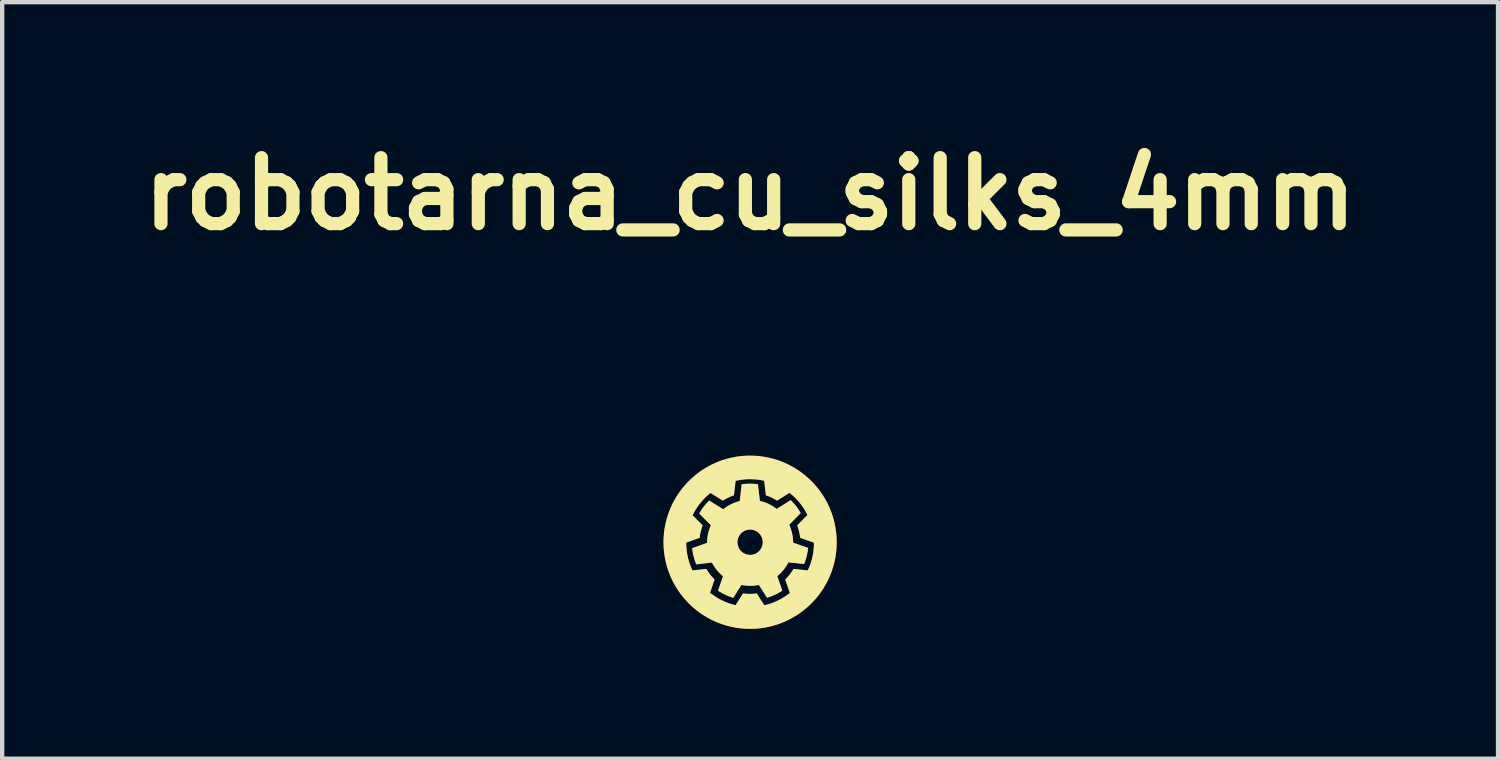
<source format=kicad_pcb>
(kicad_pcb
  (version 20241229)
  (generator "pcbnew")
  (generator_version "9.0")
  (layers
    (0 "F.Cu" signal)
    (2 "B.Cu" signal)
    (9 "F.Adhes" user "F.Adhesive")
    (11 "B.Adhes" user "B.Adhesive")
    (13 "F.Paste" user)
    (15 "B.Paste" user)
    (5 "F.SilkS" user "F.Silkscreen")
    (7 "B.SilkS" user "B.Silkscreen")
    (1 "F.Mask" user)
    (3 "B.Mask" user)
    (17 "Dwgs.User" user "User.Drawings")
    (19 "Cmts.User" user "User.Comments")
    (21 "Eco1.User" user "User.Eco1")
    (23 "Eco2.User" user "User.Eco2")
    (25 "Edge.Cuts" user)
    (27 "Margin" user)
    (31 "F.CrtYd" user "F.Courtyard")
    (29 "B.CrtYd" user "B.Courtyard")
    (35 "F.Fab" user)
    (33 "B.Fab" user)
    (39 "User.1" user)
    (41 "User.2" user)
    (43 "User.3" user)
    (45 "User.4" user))
  (footprint "robotarna_cu_silks_4mm"
    (layer "F.Cu")
    (at 14.275 9.474)
    (property "Reference" "robotarna_cu_silks_4mm" (at 0 -8.048 0) (layer "F.SilkS") (effects (font (size 1.524 1.524) (thickness 0.305))))
    (attr smd)
    (fp_poly (pts (xy -0.000003 0.292) (xy -1.322 0.245) (xy -1.318 0.267) (xy -1.314 0.288) (xy -1.309 0.309) (xy -1.304 0.329) (xy -1.298 0.35) (xy -1.293 0.371) (xy -1.286 0.391) (xy -1.28 0.411) (xy -1.273 0.432) (xy -1.266 0.452) (xy -1.259 0.471) (xy -1.251 0.491) (xy -1.243 0.511) (xy -0.882 0.47) (xy -0.872 0.489) (xy -0.861 0.508) (xy -0.85 0.527) (xy -0.839 0.545) (xy -0.827 0.563) (xy -0.815 0.581) (xy -0.802 0.598) (xy -0.79 0.615) (xy -0.776 0.632) (xy -0.763 0.649) (xy -0.749 0.665) (xy -0.735 0.681) (xy -0.72 0.697) (xy -0.705 0.712) (xy -0.69 0.727) (xy -0.675 0.742) (xy -0.659 0.756) (xy -0.643 0.77) (xy -0.626 0.784) (xy -0.74 1.119) (xy -0.722 1.131) (xy -0.704 1.142) (xy -0.685 1.153) (xy -0.667 1.164) (xy -0.648 1.175) (xy -0.629 1.185) (xy -0.61 1.195) (xy -0.59 1.204) (xy -0.571 1.214) (xy -0.551 1.223) (xy -0.531 1.232) (xy -0.511 1.24) (xy -0.491 1.248) (xy -0.471 1.256) (xy -0.45 1.263) (xy -0.43 1.271) (xy -0.409 1.277) (xy -0.388 1.284) (xy -0.2 0.986) (xy -0.179 0.99) (xy -0.157 0.994) (xy -0.135 0.997) (xy -0.113 1) (xy -0.091 1.002) (xy -0.069 1.004) (xy -0.046 1.006) (xy -0.023 1.006) (xy -0.001 1.007) (xy 0.02 1.006) (xy 0.041 1.006) (xy 0.061 1.005) (xy 0.082 1.003) (xy 0.102 1.001) (xy 0.123 0.999) (xy 0.143 0.996) (xy 0.163 0.993) (xy 0.183 0.99) (xy 0.202 0.986) (xy 0.392 1.283) (xy 0.413 1.276) (xy 0.434 1.27) (xy 0.455 1.262) (xy 0.475 1.255) (xy 0.495 1.247) (xy 0.516 1.239) (xy 0.536 1.23) (xy 0.555 1.222) (xy 0.575 1.212) (xy 0.595 1.203) (xy 0.614 1.193) (xy 0.633 1.183) (xy 0.652 1.173) (xy 0.671 1.162) (xy 0.689 1.152) (xy 0.708 1.14) (xy 0.726 1.129) (xy 0.744 1.117) (xy 0.628 0.784) (xy 0.644 0.77) (xy 0.661 0.756) (xy 0.677 0.741) (xy 0.692 0.726) (xy 0.708 0.711) (xy 0.723 0.695) (xy 0.738 0.679) (xy 0.752 0.663) (xy 0.766 0.646) (xy 0.78 0.63) (xy 0.793 0.612) (xy 0.806 0.595) (xy 0.819 0.577) (xy 0.831 0.559) (xy 0.843 0.541) (xy 0.854 0.522) (xy 0.865 0.503) (xy 0.876 0.484) (xy 0.886 0.465) (xy 1.248 0.503) (xy 1.255 0.483) (xy 1.263 0.463) (xy 1.27 0.444) (xy 1.277 0.424) (xy 1.284 0.404) (xy 1.29 0.383) (xy 1.296 0.363) (xy 1.302 0.342) (xy 1.307 0.322) (xy 1.312 0.301) (xy 1.317 0.28) (xy 1.321 0.259) (xy 1.325 0.238) (xy 1.329 0.217) (xy 1.332 0.195) (xy 1.335 0.174) (xy 1.338 0.152) (xy 1.34 0.131) (xy 0.994 0.009) (xy 0.994 -0.014) (xy 0.993 -0.037) (xy 0.991 -0.06) (xy 0.99 -0.083) (xy 0.987 -0.105) (xy 0.984 -0.128) (xy 0.981 -0.15) (xy 0.977 -0.172) (xy 0.972 -0.194) (xy 0.968 -0.216) (xy 0.962 -0.238) (xy 0.956 -0.259) (xy 0.95 -0.28) (xy 0.943 -0.301) (xy 0.936 -0.322) (xy 0.929 -0.343) (xy 0.92 -0.363) (xy 0.912 -0.383) (xy 0.903 -0.403) (xy 1.169 -0.674) (xy 1.158 -0.693) (xy 1.147 -0.713) (xy 1.135 -0.731) (xy 1.122 -0.75) (xy 1.11 -0.769) (xy 1.097 -0.787) (xy 1.084 -0.805) (xy 1.071 -0.823) (xy 1.057 -0.84) (xy 1.043 -0.857) (xy 1.029 -0.875) (xy 1.014 -0.891) (xy 1 -0.908) (xy 0.985 -0.924) (xy 0.969 -0.94) (xy 0.954 -0.956) (xy 0.938 -0.972) (xy 0.614 -0.769) (xy 0.597 -0.782) (xy 0.58 -0.795) (xy 0.562 -0.807) (xy 0.544 -0.819) (xy 0.526 -0.83) (xy 0.508 -0.842) (xy 0.489 -0.852) (xy 0.47 -0.863) (xy 0.451 -0.873) (xy 0.432 -0.882) (xy 0.412 -0.892) (xy 0.393 -0.9) (xy 0.373 -0.909) (xy 0.352 -0.917) (xy 0.332 -0.924) (xy 0.311 -0.931) (xy 0.29 -0.938) (xy 0.269 -0.944) (xy 0.248 -0.95) (xy 0.227 -0.955) (xy 0.18 -1.34) (xy 0.158 -1.343) (xy 0.136 -1.345) (xy 0.114 -1.347) (xy 0.092 -1.349) (xy 0.07 -1.35) (xy 0.047 -1.351) (xy 0.025 -1.352) (xy 0.002 -1.352) (xy -0.02 -1.352) (xy -0.042 -1.351) (xy -0.064 -1.35) (xy -0.086 -1.349) (xy -0.108 -1.347) (xy -0.13 -1.346) (xy -0.152 -1.343) (xy -0.173 -1.341) (xy -0.195 -1.338) (xy -0.239 -0.952) (xy -0.26 -0.946) (xy -0.281 -0.94) (xy -0.302 -0.934) (xy -0.322 -0.927) (xy -0.343 -0.92) (xy -0.363 -0.912) (xy -0.383 -0.904) (xy -0.403 -0.895) (xy -0.422 -0.886) (xy -0.442 -0.877) (xy -0.461 -0.867) (xy -0.48 -0.857) (xy -0.498 -0.847) (xy -0.517 -0.836) (xy -0.535 -0.824) (xy -0.552 -0.813) (xy -0.57 -0.801) (xy -0.587 -0.788) (xy -0.604 -0.775) (xy -0.621 -0.762) (xy -0.946 -0.963) (xy -0.962 -0.947) (xy -0.977 -0.931) (xy -0.992 -0.915) (xy -1.007 -0.898) (xy -1.022 -0.881) (xy -1.036 -0.864) (xy -1.05 -0.847) (xy -1.064 -0.829) (xy -1.078 -0.812) (xy -1.091 -0.794) (xy -1.104 -0.775) (xy -1.117 -0.757) (xy -1.129 -0.738) (xy -1.141 -0.719) (xy -1.153 -0.7) (xy -1.164 -0.681) (xy -1.175 -0.662) (xy -0.907 -0.393) (xy -0.915 -0.373) (xy -0.923 -0.353) (xy -0.931 -0.333) (xy -0.938 -0.313) (xy -0.945 -0.292) (xy -0.952 -0.272) (xy -0.958 -0.251) (xy -0.963 -0.23) (xy -0.968 -0.209) (xy -0.973 -0.187) (xy -0.977 -0.166) (xy -0.981 -0.144) (xy -0.984 -0.122) (xy -0.987 -0.1) (xy -0.989 -0.078) (xy -0.991 -0.056) (xy -0.992 -0.034) (xy -0.993 -0.011) (xy -0.993 0.012) (xy -0.993 0.014) (xy -1.338 0.138) (xy -1.336 0.159) (xy -1.333 0.181) (xy -1.33 0.203) (xy -1.326 0.224) (xy -1.322 0.245) (xy -0.000003 0.292) (xy -0.021 0.291) (xy -0.041 0.289) (xy -0.061 0.285) (xy -0.081 0.28) (xy -0.1 0.274) (xy -0.118 0.267) (xy -0.136 0.258) (xy -0.153 0.249) (xy -0.169 0.238) (xy -0.185 0.226) (xy -0.199 0.213) (xy -0.213 0.199) (xy -0.226 0.185) (xy -0.238 0.169) (xy -0.249 0.153) (xy -0.258 0.136) (xy -0.267 0.118) (xy -0.274 0.1) (xy -0.28 0.081) (xy -0.285 0.061) (xy -0.289 0.041) (xy -0.291 0.021) (xy -0.292 0.000007) (xy -0.291 -0.021) (xy -0.289 -0.041) (xy -0.285 -0.061) (xy -0.28 -0.081) (xy -0.274 -0.1) (xy -0.267 -0.118) (xy -0.258 -0.136) (xy -0.249 -0.153) (xy -0.238 -0.169) (xy -0.226 -0.185) (xy -0.213 -0.199) (xy -0.199 -0.213) (xy -0.185 -0.226) (xy -0.169 -0.238) (xy -0.153 -0.249) (xy -0.136 -0.258) (xy -0.118 -0.267) (xy -0.1 -0.274) (xy -0.081 -0.28) (xy -0.061 -0.285) (xy -0.041 -0.289) (xy -0.021 -0.291) (xy -0.000003 -0.292) (xy 0.021 -0.291) (xy 0.041 -0.289) (xy 0.061 -0.285) (xy 0.081 -0.28) (xy 0.1 -0.274) (xy 0.118 -0.267) (xy 0.136 -0.258) (xy 0.153 -0.249) (xy 0.169 -0.238) (xy 0.185 -0.226) (xy 0.199 -0.213) (xy 0.213 -0.199) (xy 0.226 -0.185) (xy 0.238 -0.169) (xy 0.249 -0.153) (xy 0.258 -0.136) (xy 0.267 -0.118) (xy 0.274 -0.1) (xy 0.28 -0.081) (xy 0.285 -0.061) (xy 0.289 -0.041) (xy 0.291 -0.021) (xy 0.292 0.000007) (xy 0.291 0.021) (xy 0.289 0.041) (xy 0.285 0.061) (xy 0.28 0.081) (xy 0.274 0.1) (xy 0.267 0.118) (xy 0.258 0.136) (xy 0.249 0.153) (xy 0.238 0.169) (xy 0.226 0.185) (xy 0.213 0.199) (xy 0.199 0.213) (xy 0.185 0.226) (xy 0.169 0.238) (xy 0.153 0.249) (xy 0.136 0.258) (xy 0.118 0.267) (xy 0.1 0.274) (xy 0.081 0.28) (xy 0.061 0.285) (xy 0.041 0.289) (xy 0.021 0.291) (xy -0.000003 0.292)) (stroke (width 0) (type solid)) (fill yes) (layer "F.Cu"))
    (fp_poly (pts (xy 1.332 0.651) (xy 0.296 1.978) (xy 0.316 1.975) (xy 0.337 1.972) (xy 0.357 1.968) (xy 0.378 1.964) (xy 0.398 1.96) (xy 0.418 1.956) (xy 0.438 1.952) (xy 0.459 1.947) (xy 0.479 1.942) (xy 0.499 1.937) (xy 0.518 1.932) (xy 0.538 1.927) (xy 0.558 1.921) (xy 0.578 1.915) (xy 0.597 1.909) (xy 0.617 1.903) (xy 0.636 1.897) (xy 0.655 1.89) (xy 0.675 1.883) (xy 0.694 1.876) (xy 0.713 1.869) (xy 0.732 1.862) (xy 0.75 1.854) (xy 0.769 1.847) (xy 0.788 1.839) (xy 0.806 1.831) (xy 0.825 1.823) (xy 0.843 1.814) (xy 0.861 1.806) (xy 0.88 1.797) (xy 0.898 1.788) (xy 0.916 1.779) (xy 0.933 1.769) (xy 0.951 1.76) (xy 0.969 1.75) (xy 0.986 1.74) (xy 1.004 1.73) (xy 1.021 1.72) (xy 1.038 1.71) (xy 1.055 1.699) (xy 1.072 1.689) (xy 1.089 1.678) (xy 1.106 1.667) (xy 1.122 1.656) (xy 1.139 1.644) (xy 1.155 1.633) (xy 1.171 1.621) (xy 1.188 1.609) (xy 1.204 1.597) (xy 1.22 1.585) (xy 1.235 1.573) (xy 1.251 1.561) (xy 1.266 1.548) (xy 1.282 1.535) (xy 1.297 1.522) (xy 1.312 1.509) (xy 1.327 1.496) (xy 1.342 1.483) (xy 1.357 1.469) (xy 1.371 1.456) (xy 1.386 1.442) (xy 1.4 1.428) (xy 1.414 1.414) (xy 1.428 1.4) (xy 1.442 1.386) (xy 1.456 1.371) (xy 1.469 1.357) (xy 1.483 1.342) (xy 1.496 1.327) (xy 1.509 1.312) (xy 1.522 1.297) (xy 1.535 1.282) (xy 1.548 1.266) (xy 1.561 1.251) (xy 1.573 1.235) (xy 1.585 1.22) (xy 1.597 1.204) (xy 1.609 1.188) (xy 1.621 1.171) (xy 1.633 1.155) (xy 1.644 1.139) (xy 1.656 1.122) (xy 1.667 1.106) (xy 1.678 1.089) (xy 1.689 1.072) (xy 1.699 1.055) (xy 1.71 1.038) (xy 1.72 1.021) (xy 1.73 1.004) (xy 1.74 0.986) (xy 1.75 0.969) (xy 1.76 0.951) (xy 1.769 0.933) (xy 1.779 0.916) (xy 1.788 0.898) (xy 1.797 0.88) (xy 1.806 0.861) (xy 1.814 0.843) (xy 1.823 0.825) (xy 1.831 0.806) (xy 1.839 0.788) (xy 1.847 0.769) (xy 1.854 0.75) (xy 1.862 0.732) (xy 1.869 0.713) (xy 1.876 0.694) (xy 1.883 0.675) (xy 1.89 0.655) (xy 1.897 0.636) (xy 1.903 0.617) (xy 1.909 0.597) (xy 1.915 0.578) (xy 1.921 0.558) (xy 1.927 0.538) (xy 1.932 0.518) (xy 1.937 0.499) (xy 1.942 0.479) (xy 1.947 0.459) (xy 1.952 0.438) (xy 1.956 0.418) (xy 1.96 0.398) (xy 1.964 0.378) (xy 1.968 0.357) (xy 1.972 0.337) (xy 1.975 0.316) (xy 1.978 0.296) (xy 1.981 0.275) (xy 1.984 0.254) (xy 1.987 0.233) (xy 1.989 0.212) (xy 1.991 0.191) (xy 1.993 0.17) (xy 1.995 0.149) (xy 1.996 0.128) (xy 1.997 0.107) (xy 1.998 0.086) (xy 1.999 0.064) (xy 2 0.043) (xy 2 0.021) (xy 2 0.000006) (xy 2 -0.021) (xy 2 -0.043) (xy 1.999 -0.064) (xy 1.998 -0.086) (xy 1.997 -0.107) (xy 1.996 -0.128) (xy 1.995 -0.149) (xy 1.993 -0.17) (xy 1.991 -0.191) (xy 1.989 -0.212) (xy 1.987 -0.233) (xy 1.984 -0.254) (xy 1.981 -0.275) (xy 1.978 -0.296) (xy 1.975 -0.316) (xy 1.972 -0.337) (xy 1.968 -0.357) (xy 1.964 -0.378) (xy 1.96 -0.398) (xy 1.956 -0.418) (xy 1.952 -0.438) (xy 1.947 -0.459) (xy 1.942 -0.479) (xy 1.937 -0.499) (xy 1.932 -0.518) (xy 1.927 -0.538) (xy 1.921 -0.558) (xy 1.915 -0.578) (xy 1.909 -0.597) (xy 1.903 -0.617) (xy 1.897 -0.636) (xy 1.89 -0.655) (xy 1.883 -0.675) (xy 1.876 -0.694) (xy 1.869 -0.713) (xy 1.862 -0.732) (xy 1.854 -0.75) (xy 1.847 -0.769) (xy 1.839 -0.788) (xy 1.831 -0.806) (xy 1.823 -0.825) (xy 1.814 -0.843) (xy 1.806 -0.861) (xy 1.797 -0.88) (xy 1.788 -0.898) (xy 1.779 -0.916) (xy 1.769 -0.933) (xy 1.76 -0.951) (xy 1.75 -0.969) (xy 1.74 -0.986) (xy 1.73 -1.004) (xy 1.72 -1.021) (xy 1.71 -1.038) (xy 1.699 -1.055) (xy 1.689 -1.072) (xy 1.678 -1.089) (xy 1.667 -1.106) (xy 1.656 -1.122) (xy 1.644 -1.139) (xy 1.633 -1.155) (xy 1.621 -1.171) (xy 1.609 -1.188) (xy 1.597 -1.204) (xy 1.585 -1.22) (xy 1.573 -1.235) (xy 1.561 -1.251) (xy 1.548 -1.266) (xy 1.535 -1.282) (xy 1.522 -1.297) (xy 1.509 -1.312) (xy 1.496 -1.327) (xy 1.483 -1.342) (xy 1.469 -1.357) (xy 1.456 -1.371) (xy 1.442 -1.386) (xy 1.428 -1.4) (xy 1.414 -1.414) (xy 1.4 -1.428) (xy 1.386 -1.442) (xy 1.371 -1.456) (xy 1.357 -1.469) (xy 1.342 -1.483) (xy 1.327 -1.496) (xy 1.312 -1.509) (xy 1.297 -1.522) (xy 1.282 -1.535) (xy 1.266 -1.548) (xy 1.251 -1.561) (xy 1.235 -1.573) (xy 1.22 -1.585) (xy 1.204 -1.597) (xy 1.188 -1.609) (xy 1.171 -1.621) (xy 1.155 -1.633) (xy 1.139 -1.644) (xy 1.122 -1.656) (xy 1.106 -1.667) (xy 1.089 -1.678) (xy 1.072 -1.689) (xy 1.055 -1.699) (xy 1.038 -1.71) (xy 1.021 -1.72) (xy 1.004 -1.73) (xy 0.986 -1.74) (xy 0.969 -1.75) (xy 0.951 -1.76) (xy 0.933 -1.769) (xy 0.916 -1.779) (xy 0.898 -1.788) (xy 0.88 -1.797) (xy 0.861 -1.806) (xy 0.843 -1.814) (xy 0.825 -1.823) (xy 0.806 -1.831) (xy 0.788 -1.839) (xy 0.769 -1.847) (xy 0.75 -1.854) (xy 0.732 -1.862) (xy 0.713 -1.869) (xy 0.694 -1.876) (xy 0.675 -1.883) (xy 0.655 -1.89) (xy 0.636 -1.897) (xy 0.617 -1.903) (xy 0.597 -1.909) (xy 0.578 -1.915) (xy 0.558 -1.921) (xy 0.538 -1.927) (xy 0.518 -1.932) (xy 0.499 -1.937) (xy 0.479 -1.942) (xy 0.459 -1.947) (xy 0.438 -1.952) (xy 0.418 -1.956) (xy 0.398 -1.96) (xy 0.378 -1.964) (xy 0.357 -1.968) (xy 0.337 -1.972) (xy 0.316 -1.975) (xy 0.296 -1.978) (xy 0.275 -1.981) (xy 0.254 -1.984) (xy 0.233 -1.987) (xy 0.212 -1.989) (xy 0.191 -1.991) (xy 0.17 -1.993) (xy 0.149 -1.995) (xy 0.128 -1.996) (xy 0.107 -1.997) (xy 0.086 -1.998) (xy 0.064 -1.999) (xy 0.043 -2) (xy 0.021 -2) (xy -0.000006 -2) (xy -0.021 -2) (xy -0.043 -2) (xy -0.064 -1.999) (xy -0.086 -1.998) (xy -0.107 -1.997) (xy -0.128 -1.996) (xy -0.149 -1.995) (xy -0.17 -1.993) (xy -0.191 -1.991) (xy -0.212 -1.989) (xy -0.233 -1.987) (xy -0.254 -1.984) (xy -0.275 -1.981) (xy -0.296 -1.978) (xy -0.316 -1.975) (xy -0.337 -1.972) (xy -0.357 -1.968) (xy -0.378 -1.964) (xy -0.398 -1.96) (xy -0.418 -1.956) (xy -0.438 -1.952) (xy -0.459 -1.947) (xy -0.479 -1.942) (xy -0.499 -1.937) (xy -0.518 -1.932) (xy -0.538 -1.927) (xy -0.558 -1.921) (xy -0.578 -1.915) (xy -0.597 -1.909) (xy -0.617 -1.903) (xy -0.636 -1.897) (xy -0.655 -1.89) (xy -0.675 -1.883) (xy -0.694 -1.876) (xy -0.713 -1.869) (xy -0.732 -1.862) (xy -0.75 -1.854) (xy -0.769 -1.847) (xy -0.788 -1.839) (xy -0.806 -1.831) (xy -0.825 -1.823) (xy -0.843 -1.814) (xy -0.861 -1.806) (xy -0.88 -1.797) (xy -0.898 -1.788) (xy -0.916 -1.779) (xy -0.933 -1.769) (xy -0.951 -1.76) (xy -0.969 -1.75) (xy -0.986 -1.74) (xy -1.004 -1.73) (xy -1.021 -1.72) (xy -1.038 -1.71) (xy -1.055 -1.699) (xy -1.072 -1.689) (xy -1.089 -1.678) (xy -1.106 -1.667) (xy -1.122 -1.656) (xy -1.139 -1.644) (xy -1.155 -1.633) (xy -1.171 -1.621) (xy -1.188 -1.609) (xy -1.204 -1.597) (xy -1.22 -1.585) (xy -1.235 -1.573) (xy -1.251 -1.561) (xy -1.266 -1.548) (xy -1.282 -1.535) (xy -1.297 -1.522) (xy -1.312 -1.509) (xy -1.327 -1.496) (xy -1.342 -1.483) (xy -1.357 -1.469) (xy -1.371 -1.456) (xy -1.386 -1.442) (xy -1.4 -1.428) (xy -1.414 -1.414) (xy -1.428 -1.4) (xy -1.442 -1.386) (xy -1.456 -1.371) (xy -1.469 -1.357) (xy -1.483 -1.342) (xy -1.496 -1.327) (xy -1.509 -1.312) (xy -1.522 -1.297) (xy -1.535 -1.282) (xy -1.548 -1.266) (xy -1.561 -1.251) (xy -1.573 -1.235) (xy -1.585 -1.22) (xy -1.597 -1.204) (xy -1.609 -1.188) (xy -1.621 -1.171) (xy -1.633 -1.155) (xy -1.644 -1.139) (xy -1.656 -1.122) (xy -1.667 -1.106) (xy -1.678 -1.089) (xy -1.689 -1.072) (xy -1.699 -1.055) (xy -1.71 -1.038) (xy -1.72 -1.021) (xy -1.73 -1.004) (xy -1.74 -0.986) (xy -1.75 -0.969) (xy -1.76 -0.951) (xy -1.769 -0.933) (xy -1.779 -0.916) (xy -1.788 -0.898) (xy -1.797 -0.88) (xy -1.806 -0.861) (xy -1.814 -0.843) (xy -1.823 -0.825) (xy -1.831 -0.806) (xy -1.839 -0.788) (xy -1.847 -0.769) (xy -1.854 -0.75) (xy -1.862 -0.732) (xy -1.869 -0.713) (xy -1.876 -0.694) (xy -1.883 -0.675) (xy -1.89 -0.655) (xy -1.897 -0.636) (xy -1.903 -0.617) (xy -1.909 -0.597) (xy -1.915 -0.578) (xy -1.921 -0.558) (xy -1.927 -0.538) (xy -1.932 -0.518) (xy -1.937 -0.499) (xy -1.942 -0.479) (xy -1.947 -0.459) (xy -1.952 -0.438) (xy -1.956 -0.418) (xy -1.96 -0.398) (xy -1.964 -0.378) (xy -1.968 -0.357) (xy -1.972 -0.337) (xy -1.975 -0.316) (xy -1.978 -0.296) (xy -1.981 -0.275) (xy -1.984 -0.254) (xy -1.987 -0.233) (xy -1.989 -0.212) (xy -1.991 -0.191) (xy -1.993 -0.17) (xy -1.995 -0.149) (xy -1.996 -0.128) (xy -1.997 -0.107) (xy -1.998 -0.086) (xy -1.999 -0.064) (xy -2 -0.043) (xy -2 -0.021) (xy -2 0.000006) (xy -2 0.021) (xy -2 0.043) (xy -1.999 0.064) (xy -1.998 0.086) (xy -1.997 0.107) (xy -1.996 0.128) (xy -1.995 0.149) (xy -1.993 0.17) (xy -1.991 0.191) (xy -1.989 0.212) (xy -1.987 0.233) (xy -1.984 0.254) (xy -1.981 0.275) (xy -1.978 0.296) (xy -1.975 0.316) (xy -1.972 0.337) (xy -1.968 0.357) (xy -1.964 0.378) (xy -1.96 0.398) (xy -1.956 0.418) (xy -1.952 0.438) (xy -1.947 0.459) (xy -1.942 0.479) (xy -1.937 0.499) (xy -1.932 0.518) (xy -1.927 0.538) (xy -1.921 0.558) (xy -1.915 0.578) (xy -1.909 0.597) (xy -1.903 0.617) (xy -1.897 0.636) (xy -1.89 0.655) (xy -1.883 0.675) (xy -1.876 0.694) (xy -1.869 0.713) (xy -1.862 0.732) (xy -1.854 0.75) (xy -1.847 0.769) (xy -1.839 0.788) (xy -1.831 0.806) (xy -1.823 0.825) (xy -1.814 0.843) (xy -1.806 0.861) (xy -1.797 0.88) (xy -1.788 0.898) (xy -1.779 0.916) (xy -1.769 0.933) (xy -1.76 0.951) (xy -1.75 0.969) (xy -1.74 0.986) (xy -1.73 1.004) (xy -1.72 1.021) (xy -1.71 1.038) (xy -1.699 1.055) (xy -1.689 1.072) (xy -1.678 1.089) (xy -1.667 1.106) (xy -1.656 1.122) (xy -1.644 1.139) (xy -1.633 1.155) (xy -1.621 1.171) (xy -1.609 1.188) (xy -1.597 1.204) (xy -1.585 1.22) (xy -1.573 1.235) (xy -1.561 1.251) (xy -1.548 1.266) (xy -1.535 1.282) (xy -1.522 1.297) (xy -1.509 1.312) (xy -1.496 1.327) (xy -1.483 1.342) (xy -1.469 1.357) (xy -1.456 1.371) (xy -1.442 1.386) (xy -1.428 1.4) (xy -1.414 1.414) (xy -1.4 1.428) (xy -1.386 1.442) (xy -1.371 1.456) (xy -1.357 1.469) (xy -1.342 1.483) (xy -1.327 1.496) (xy -1.312 1.509) (xy -1.297 1.522) (xy -1.282 1.535) (xy -1.266 1.548) (xy -1.251 1.561) (xy -1.235 1.573) (xy -1.22 1.585) (xy -1.204 1.597) (xy -1.188 1.609) (xy -1.171 1.621) (xy -1.155 1.633) (xy -1.139 1.644) (xy -1.122 1.656) (xy -1.106 1.667) (xy -1.089 1.678) (xy -1.072 1.689) (xy -1.055 1.699) (xy -1.038 1.71) (xy -1.021 1.72) (xy -1.004 1.73) (xy -0.986 1.74) (xy -0.969 1.75) (xy -0.951 1.76) (xy -0.933 1.769) (xy -0.916 1.779) (xy -0.898 1.788) (xy -0.88 1.797) (xy -0.861 1.806) (xy -0.843 1.814) (xy -0.825 1.823) (xy -0.806 1.831) (xy -0.788 1.839) (xy -0.769 1.847) (xy -0.75 1.854) (xy -0.732 1.862) (xy -0.713 1.869) (xy -0.694 1.876) (xy -0.675 1.883) (xy -0.655 1.89) (xy -0.636 1.897) (xy -0.617 1.903) (xy -0.597 1.909) (xy -0.578 1.915) (xy -0.558 1.921) (xy -0.538 1.927) (xy -0.518 1.932) (xy -0.499 1.937) (xy -0.479 1.942) (xy -0.459 1.947) (xy -0.438 1.952) (xy -0.418 1.956) (xy -0.398 1.96) (xy -0.378 1.964) (xy -0.357 1.968) (xy -0.337 1.972) (xy -0.316 1.975) (xy -0.296 1.978) (xy -0.275 1.981) (xy -0.254 1.984) (xy -0.233 1.987) (xy -0.212 1.989) (xy -0.191 1.991) (xy -0.17 1.993) (xy -0.149 1.995) (xy -0.128 1.996) (xy -0.107 1.997) (xy -0.086 1.998) (xy -0.064 1.999) (xy -0.043 2) (xy -0.021 2) (xy -0.000006 2) (xy 0.021 2) (xy 0.043 2) (xy 0.064 1.999) (xy 0.086 1.998) (xy 0.107 1.997) (xy 0.128 1.996) (xy 0.149 1.995) (xy 0.17 1.993) (xy 0.191 1.991) (xy 0.212 1.989) (xy 0.233 1.987) (xy 0.254 1.984) (xy 0.275 1.981) (xy 0.296 1.978) (xy 1.332 0.651) (xy 1.003 0.616) (xy 0.991 0.635) (xy 0.98 0.654) (xy 0.967 0.673) (xy 0.955 0.691) (xy 0.942 0.709) (xy 0.929 0.727) (xy 0.915 0.745) (xy 0.901 0.762) (xy 0.887 0.779) (xy 0.873 0.796) (xy 0.858 0.812) (xy 0.843 0.829) (xy 0.827 0.845) (xy 0.811 0.86) (xy 0.919 1.171) (xy 0.902 1.185) (xy 0.884 1.198) (xy 0.867 1.211) (xy 0.849 1.224) (xy 0.831 1.236) (xy 0.813 1.248) (xy 0.795 1.26) (xy 0.776 1.272) (xy 0.758 1.283) (xy 0.739 1.294) (xy 0.72 1.305) (xy 0.701 1.316) (xy 0.681 1.326) (xy 0.662 1.336) (xy 0.642 1.346) (xy 0.622 1.355) (xy 0.602 1.364) (xy 0.582 1.373) (xy 0.562 1.382) (xy 0.541 1.39) (xy 0.52 1.398) (xy 0.5 1.406) (xy 0.479 1.413) (xy 0.458 1.42) (xy 0.436 1.427) (xy 0.415 1.433) (xy 0.393 1.439) (xy 0.372 1.445) (xy 0.35 1.451) (xy 0.328 1.456) (xy 0.154 1.182) (xy 0.135 1.184) (xy 0.115 1.186) (xy 0.095 1.188) (xy 0.076 1.19) (xy 0.056 1.191) (xy 0.036 1.192) (xy 0.016 1.192) (xy -0.004 1.192) (xy -0.024 1.192) (xy -0.044 1.192) (xy -0.064 1.191) (xy -0.084 1.19) (xy -0.104 1.188) (xy -0.124 1.186) (xy -0.143 1.184) (xy -0.163 1.182) (xy -0.336 1.454) (xy -0.358 1.449) (xy -0.379 1.443) (xy -0.401 1.437) (xy -0.422 1.431) (xy -0.444 1.425) (xy -0.465 1.418) (xy -0.486 1.411) (xy -0.507 1.403) (xy -0.528 1.395) (xy -0.548 1.387) (xy -0.569 1.379) (xy -0.589 1.37) (xy -0.609 1.361) (xy -0.629 1.352) (xy -0.649 1.342) (xy -0.669 1.332) (xy -0.688 1.322) (xy -0.708 1.312) (xy -0.727 1.301) (xy -0.746 1.29) (xy -0.765 1.279) (xy -0.783 1.267) (xy -0.802 1.256) (xy -0.82 1.244) (xy -0.838 1.231) (xy -0.856 1.219) (xy -0.874 1.206) (xy -0.891 1.193) (xy -0.908 1.18) (xy -0.925 1.166) (xy -0.82 0.86) (xy -0.836 0.845) (xy -0.851 0.829) (xy -0.866 0.812) (xy -0.881 0.796) (xy -0.896 0.779) (xy -0.91 0.762) (xy -0.924 0.745) (xy -0.937 0.727) (xy -0.95 0.709) (xy -0.963 0.691) (xy -0.976 0.673) (xy -0.988 0.654) (xy -1 0.635) (xy -1.011 0.616) (xy -1.332 0.651) (xy -1.341 0.631) (xy -1.35 0.612) (xy -1.358 0.592) (xy -1.366 0.573) (xy -1.374 0.553) (xy -1.382 0.533) (xy -1.389 0.513) (xy -1.396 0.493) (xy -1.403 0.472) (xy -1.409 0.452) (xy -1.416 0.431) (xy -1.421 0.41) (xy -1.427 0.39) (xy -1.432 0.369) (xy -1.437 0.347) (xy -1.442 0.326) (xy -1.446 0.305) (xy -1.45 0.283) (xy -1.454 0.262) (xy -1.458 0.24) (xy -1.461 0.218) (xy -1.464 0.197) (xy -1.466 0.175) (xy -1.468 0.153) (xy -1.47 0.13) (xy -1.472 0.108) (xy -1.473 0.086) (xy -1.474 0.063) (xy -1.474 0.041) (xy -1.474 0.018) (xy -1.474 0.008) (xy -1.165 -0.102) (xy -1.163 -0.123) (xy -1.16 -0.145) (xy -1.156 -0.166) (xy -1.153 -0.187) (xy -1.149 -0.208) (xy -1.144 -0.229) (xy -1.14 -0.249) (xy -1.134 -0.27) (xy -1.129 -0.29) (xy -1.123 -0.311) (xy -1.117 -0.331) (xy -1.11 -0.351) (xy -1.103 -0.37) (xy -1.096 -0.39) (xy -1.328 -0.623) (xy -1.318 -0.643) (xy -1.307 -0.663) (xy -1.297 -0.683) (xy -1.286 -0.703) (xy -1.275 -0.722) (xy -1.264 -0.741) (xy -1.252 -0.76) (xy -1.24 -0.779) (xy -1.228 -0.797) (xy -1.216 -0.816) (xy -1.203 -0.834) (xy -1.19 -0.852) (xy -1.177 -0.87) (xy -1.163 -0.887) (xy -1.15 -0.905) (xy -1.136 -0.922) (xy -1.121 -0.939) (xy -1.107 -0.955) (xy -1.092 -0.972) (xy -1.077 -0.988) (xy -1.062 -1.004) (xy -1.046 -1.02) (xy -1.031 -1.036) (xy -1.015 -1.051) (xy -0.999 -1.066) (xy -0.982 -1.081) (xy -0.966 -1.095) (xy -0.949 -1.11) (xy -0.932 -1.124) (xy -0.915 -1.138) (xy -0.63 -0.961) (xy -0.612 -0.973) (xy -0.593 -0.984) (xy -0.574 -0.995) (xy -0.555 -1.005) (xy -0.536 -1.015) (xy -0.516 -1.025) (xy -0.496 -1.035) (xy -0.476 -1.044) (xy -0.456 -1.052) (xy -0.436 -1.061) (xy -0.415 -1.069) (xy -0.394 -1.076) (xy -0.373 -1.084) (xy -0.334 -1.418) (xy -0.313 -1.423) (xy -0.291 -1.427) (xy -0.269 -1.431) (xy -0.247 -1.435) (xy -0.225 -1.439) (xy -0.203 -1.442) (xy -0.181 -1.445) (xy -0.159 -1.447) (xy -0.136 -1.45) (xy -0.114 -1.452) (xy -0.091 -1.453) (xy -0.069 -1.454) (xy -0.046 -1.455) (xy -0.023 -1.456) (xy -0.000006 -1.456) (xy 0.022 -1.456) (xy 0.045 -1.455) (xy 0.067 -1.454) (xy 0.089 -1.453) (xy 0.111 -1.452) (xy 0.133 -1.45) (xy 0.155 -1.448) (xy 0.176 -1.445) (xy 0.198 -1.443) (xy 0.219 -1.44) (xy 0.241 -1.436) (xy 0.262 -1.433) (xy 0.283 -1.429) (xy 0.304 -1.424) (xy 0.325 -1.42) (xy 0.365 -1.084) (xy 0.386 -1.076) (xy 0.407 -1.069) (xy 0.427 -1.061) (xy 0.448 -1.052) (xy 0.468 -1.044) (xy 0.488 -1.035) (xy 0.508 -1.025) (xy 0.527 -1.015) (xy 0.547 -1.005) (xy 0.566 -0.995) (xy 0.585 -0.984) (xy 0.603 -0.973) (xy 0.622 -0.961) (xy 0.911 -1.141) (xy 0.928 -1.127) (xy 0.945 -1.113) (xy 0.962 -1.099) (xy 0.979 -1.084) (xy 0.995 -1.069) (xy 1.011 -1.054) (xy 1.027 -1.039) (xy 1.043 -1.024) (xy 1.058 -1.008) (xy 1.074 -0.992) (xy 1.089 -0.976) (xy 1.103 -0.959) (xy 1.118 -0.943) (xy 1.132 -0.926) (xy 1.146 -0.909) (xy 1.16 -0.892) (xy 1.173 -0.874) (xy 1.187 -0.856) (xy 1.2 -0.839) (xy 1.212 -0.82) (xy 1.225 -0.802) (xy 1.237 -0.784) (xy 1.249 -0.765) (xy 1.261 -0.746) (xy 1.272 -0.727) (xy 1.283 -0.708) (xy 1.294 -0.688) (xy 1.304 -0.669) (xy 1.315 -0.649) (xy 1.325 -0.629) (xy 1.088 -0.39) (xy 1.095 -0.37) (xy 1.102 -0.351) (xy 1.108 -0.331) (xy 1.115 -0.311) (xy 1.12 -0.29) (xy 1.126 -0.27) (xy 1.131 -0.249) (xy 1.136 -0.229) (xy 1.14 -0.208) (xy 1.144 -0.187) (xy 1.148 -0.166) (xy 1.151 -0.145) (xy 1.154 -0.123) (xy 1.157 -0.102) (xy 1.474 0.011) (xy 1.474 0.018) (xy 1.474 0.041) (xy 1.474 0.064) (xy 1.473 0.086) (xy 1.472 0.108) (xy 1.47 0.131) (xy 1.468 0.153) (xy 1.466 0.175) (xy 1.464 0.197) (xy 1.461 0.219) (xy 1.458 0.241) (xy 1.454 0.262) (xy 1.45 0.284) (xy 1.446 0.305) (xy 1.442 0.327) (xy 1.437 0.348) (xy 1.432 0.369) (xy 1.427 0.39) (xy 1.421 0.411) (xy 1.415 0.432) (xy 1.409 0.452) (xy 1.403 0.473) (xy 1.396 0.493) (xy 1.389 0.514) (xy 1.382 0.534) (xy 1.374 0.554) (xy 1.366 0.573) (xy 1.358 0.593) (xy 1.349 0.613) (xy 1.341 0.632) (xy 1.332 0.651)) (stroke (width 0) (type solid)) (fill yes) (layer "F.Cu"))
    (fp_poly (pts (xy -0.000003 0.292) (xy -1.322 0.245) (xy -1.318 0.267) (xy -1.314 0.288) (xy -1.309 0.309) (xy -1.304 0.329) (xy -1.298 0.35) (xy -1.293 0.371) (xy -1.286 0.391) (xy -1.28 0.411) (xy -1.273 0.432) (xy -1.266 0.452) (xy -1.259 0.471) (xy -1.251 0.491) (xy -1.243 0.511) (xy -0.882 0.47) (xy -0.872 0.489) (xy -0.861 0.508) (xy -0.85 0.527) (xy -0.839 0.545) (xy -0.827 0.563) (xy -0.815 0.581) (xy -0.802 0.598) (xy -0.79 0.615) (xy -0.776 0.632) (xy -0.763 0.649) (xy -0.749 0.665) (xy -0.735 0.681) (xy -0.72 0.697) (xy -0.705 0.712) (xy -0.69 0.727) (xy -0.675 0.742) (xy -0.659 0.756) (xy -0.643 0.77) (xy -0.626 0.784) (xy -0.74 1.119) (xy -0.722 1.131) (xy -0.704 1.142) (xy -0.685 1.153) (xy -0.667 1.164) (xy -0.648 1.175) (xy -0.629 1.185) (xy -0.61 1.195) (xy -0.59 1.204) (xy -0.571 1.214) (xy -0.551 1.223) (xy -0.531 1.232) (xy -0.511 1.24) (xy -0.491 1.248) (xy -0.471 1.256) (xy -0.45 1.263) (xy -0.43 1.271) (xy -0.409 1.277) (xy -0.388 1.284) (xy -0.2 0.986) (xy -0.179 0.99) (xy -0.157 0.994) (xy -0.135 0.997) (xy -0.113 1) (xy -0.091 1.002) (xy -0.069 1.004) (xy -0.046 1.006) (xy -0.023 1.006) (xy -0.001 1.007) (xy 0.02 1.006) (xy 0.041 1.006) (xy 0.061 1.005) (xy 0.082 1.003) (xy 0.102 1.001) (xy 0.123 0.999) (xy 0.143 0.996) (xy 0.163 0.993) (xy 0.183 0.99) (xy 0.202 0.986) (xy 0.392 1.283) (xy 0.413 1.276) (xy 0.434 1.27) (xy 0.455 1.262) (xy 0.475 1.255) (xy 0.495 1.247) (xy 0.516 1.239) (xy 0.536 1.23) (xy 0.555 1.222) (xy 0.575 1.212) (xy 0.595 1.203) (xy 0.614 1.193) (xy 0.633 1.183) (xy 0.652 1.173) (xy 0.671 1.162) (xy 0.689 1.152) (xy 0.708 1.14) (xy 0.726 1.129) (xy 0.744 1.117) (xy 0.628 0.784) (xy 0.644 0.77) (xy 0.661 0.756) (xy 0.677 0.741) (xy 0.692 0.726) (xy 0.708 0.711) (xy 0.723 0.695) (xy 0.738 0.679) (xy 0.752 0.663) (xy 0.766 0.646) (xy 0.78 0.63) (xy 0.793 0.612) (xy 0.806 0.595) (xy 0.819 0.577) (xy 0.831 0.559) (xy 0.843 0.541) (xy 0.854 0.522) (xy 0.865 0.503) (xy 0.876 0.484) (xy 0.886 0.465) (xy 1.248 0.503) (xy 1.255 0.483) (xy 1.263 0.463) (xy 1.27 0.444) (xy 1.277 0.424) (xy 1.284 0.404) (xy 1.29 0.383) (xy 1.296 0.363) (xy 1.302 0.342) (xy 1.307 0.322) (xy 1.312 0.301) (xy 1.317 0.28) (xy 1.321 0.259) (xy 1.325 0.238) (xy 1.329 0.217) (xy 1.332 0.195) (xy 1.335 0.174) (xy 1.338 0.152) (xy 1.34 0.131) (xy 0.994 0.009) (xy 0.994 -0.014) (xy 0.993 -0.037) (xy 0.991 -0.06) (xy 0.99 -0.083) (xy 0.987 -0.105) (xy 0.984 -0.128) (xy 0.981 -0.15) (xy 0.977 -0.172) (xy 0.972 -0.194) (xy 0.968 -0.216) (xy 0.962 -0.238) (xy 0.956 -0.259) (xy 0.95 -0.28) (xy 0.943 -0.301) (xy 0.936 -0.322) (xy 0.929 -0.343) (xy 0.92 -0.363) (xy 0.912 -0.383) (xy 0.903 -0.403) (xy 1.169 -0.674) (xy 1.158 -0.693) (xy 1.147 -0.713) (xy 1.135 -0.731) (xy 1.122 -0.75) (xy 1.11 -0.769) (xy 1.097 -0.787) (xy 1.084 -0.805) (xy 1.071 -0.823) (xy 1.057 -0.84) (xy 1.043 -0.857) (xy 1.029 -0.875) (xy 1.014 -0.891) (xy 1 -0.908) (xy 0.985 -0.924) (xy 0.969 -0.94) (xy 0.954 -0.956) (xy 0.938 -0.972) (xy 0.614 -0.769) (xy 0.597 -0.782) (xy 0.58 -0.795) (xy 0.562 -0.807) (xy 0.544 -0.819) (xy 0.526 -0.83) (xy 0.508 -0.842) (xy 0.489 -0.852) (xy 0.47 -0.863) (xy 0.451 -0.873) (xy 0.432 -0.882) (xy 0.412 -0.892) (xy 0.393 -0.9) (xy 0.373 -0.909) (xy 0.352 -0.917) (xy 0.332 -0.924) (xy 0.311 -0.931) (xy 0.29 -0.938) (xy 0.269 -0.944) (xy 0.248 -0.95) (xy 0.227 -0.955) (xy 0.18 -1.34) (xy 0.158 -1.343) (xy 0.136 -1.345) (xy 0.114 -1.347) (xy 0.092 -1.349) (xy 0.07 -1.35) (xy 0.047 -1.351) (xy 0.025 -1.352) (xy 0.002 -1.352) (xy -0.02 -1.352) (xy -0.042 -1.351) (xy -0.064 -1.35) (xy -0.086 -1.349) (xy -0.108 -1.347) (xy -0.13 -1.346) (xy -0.152 -1.343) (xy -0.173 -1.341) (xy -0.195 -1.338) (xy -0.239 -0.952) (xy -0.26 -0.946) (xy -0.281 -0.94) (xy -0.302 -0.934) (xy -0.322 -0.927) (xy -0.343 -0.92) (xy -0.363 -0.912) (xy -0.383 -0.904) (xy -0.403 -0.895) (xy -0.422 -0.886) (xy -0.442 -0.877) (xy -0.461 -0.867) (xy -0.48 -0.857) (xy -0.498 -0.847) (xy -0.517 -0.836) (xy -0.535 -0.824) (xy -0.552 -0.813) (xy -0.57 -0.801) (xy -0.587 -0.788) (xy -0.604 -0.775) (xy -0.621 -0.762) (xy -0.946 -0.963) (xy -0.962 -0.947) (xy -0.977 -0.931) (xy -0.992 -0.915) (xy -1.007 -0.898) (xy -1.022 -0.881) (xy -1.036 -0.864) (xy -1.05 -0.847) (xy -1.064 -0.829) (xy -1.078 -0.812) (xy -1.091 -0.794) (xy -1.104 -0.775) (xy -1.117 -0.757) (xy -1.129 -0.738) (xy -1.141 -0.719) (xy -1.153 -0.7) (xy -1.164 -0.681) (xy -1.175 -0.662) (xy -0.907 -0.393) (xy -0.915 -0.373) (xy -0.923 -0.353) (xy -0.931 -0.333) (xy -0.938 -0.313) (xy -0.945 -0.292) (xy -0.952 -0.272) (xy -0.958 -0.251) (xy -0.963 -0.23) (xy -0.968 -0.209) (xy -0.973 -0.187) (xy -0.977 -0.166) (xy -0.981 -0.144) (xy -0.984 -0.122) (xy -0.987 -0.1) (xy -0.989 -0.078) (xy -0.991 -0.056) (xy -0.992 -0.034) (xy -0.993 -0.011) (xy -0.993 0.012) (xy -0.993 0.014) (xy -1.338 0.138) (xy -1.336 0.159) (xy -1.333 0.181) (xy -1.33 0.203) (xy -1.326 0.224) (xy -1.322 0.245) (xy -0.000003 0.292) (xy -0.021 0.291) (xy -0.041 0.289) (xy -0.061 0.285) (xy -0.081 0.28) (xy -0.1 0.274) (xy -0.118 0.267) (xy -0.136 0.258) (xy -0.153 0.249) (xy -0.169 0.238) (xy -0.185 0.226) (xy -0.199 0.213) (xy -0.213 0.199) (xy -0.226 0.185) (xy -0.238 0.169) (xy -0.249 0.153) (xy -0.258 0.136) (xy -0.267 0.118) (xy -0.274 0.1) (xy -0.28 0.081) (xy -0.285 0.061) (xy -0.289 0.041) (xy -0.291 0.021) (xy -0.292 0.000007) (xy -0.291 -0.021) (xy -0.289 -0.041) (xy -0.285 -0.061) (xy -0.28 -0.081) (xy -0.274 -0.1) (xy -0.267 -0.118) (xy -0.258 -0.136) (xy -0.249 -0.153) (xy -0.238 -0.169) (xy -0.226 -0.185) (xy -0.213 -0.199) (xy -0.199 -0.213) (xy -0.185 -0.226) (xy -0.169 -0.238) (xy -0.153 -0.249) (xy -0.136 -0.258) (xy -0.118 -0.267) (xy -0.1 -0.274) (xy -0.081 -0.28) (xy -0.061 -0.285) (xy -0.041 -0.289) (xy -0.021 -0.291) (xy -0.000003 -0.292) (xy 0.021 -0.291) (xy 0.041 -0.289) (xy 0.061 -0.285) (xy 0.081 -0.28) (xy 0.1 -0.274) (xy 0.118 -0.267) (xy 0.136 -0.258) (xy 0.153 -0.249) (xy 0.169 -0.238) (xy 0.185 -0.226) (xy 0.199 -0.213) (xy 0.213 -0.199) (xy 0.226 -0.185) (xy 0.238 -0.169) (xy 0.249 -0.153) (xy 0.258 -0.136) (xy 0.267 -0.118) (xy 0.274 -0.1) (xy 0.28 -0.081) (xy 0.285 -0.061) (xy 0.289 -0.041) (xy 0.291 -0.021) (xy 0.292 0.000007) (xy 0.291 0.021) (xy 0.289 0.041) (xy 0.285 0.061) (xy 0.28 0.081) (xy 0.274 0.1) (xy 0.267 0.118) (xy 0.258 0.136) (xy 0.249 0.153) (xy 0.238 0.169) (xy 0.226 0.185) (xy 0.213 0.199) (xy 0.199 0.213) (xy 0.185 0.226) (xy 0.169 0.238) (xy 0.153 0.249) (xy 0.136 0.258) (xy 0.118 0.267) (xy 0.1 0.274) (xy 0.081 0.28) (xy 0.061 0.285) (xy 0.041 0.289) (xy 0.021 0.291) (xy -0.000003 0.292)) (stroke (width 0) (type solid)) (fill yes) (layer "F.SilkS"))
    (fp_poly (pts (xy 1.332 0.651) (xy 0.296 1.978) (xy 0.316 1.975) (xy 0.337 1.972) (xy 0.357 1.968) (xy 0.378 1.964) (xy 0.398 1.96) (xy 0.418 1.956) (xy 0.438 1.952) (xy 0.459 1.947) (xy 0.479 1.942) (xy 0.499 1.937) (xy 0.518 1.932) (xy 0.538 1.927) (xy 0.558 1.921) (xy 0.578 1.915) (xy 0.597 1.909) (xy 0.617 1.903) (xy 0.636 1.897) (xy 0.655 1.89) (xy 0.675 1.883) (xy 0.694 1.876) (xy 0.713 1.869) (xy 0.732 1.862) (xy 0.75 1.854) (xy 0.769 1.847) (xy 0.788 1.839) (xy 0.806 1.831) (xy 0.825 1.823) (xy 0.843 1.814) (xy 0.861 1.806) (xy 0.88 1.797) (xy 0.898 1.788) (xy 0.916 1.779) (xy 0.933 1.769) (xy 0.951 1.76) (xy 0.969 1.75) (xy 0.986 1.74) (xy 1.004 1.73) (xy 1.021 1.72) (xy 1.038 1.71) (xy 1.055 1.699) (xy 1.072 1.689) (xy 1.089 1.678) (xy 1.106 1.667) (xy 1.122 1.656) (xy 1.139 1.644) (xy 1.155 1.633) (xy 1.171 1.621) (xy 1.188 1.609) (xy 1.204 1.597) (xy 1.22 1.585) (xy 1.235 1.573) (xy 1.251 1.561) (xy 1.266 1.548) (xy 1.282 1.535) (xy 1.297 1.522) (xy 1.312 1.509) (xy 1.327 1.496) (xy 1.342 1.483) (xy 1.357 1.469) (xy 1.371 1.456) (xy 1.386 1.442) (xy 1.4 1.428) (xy 1.414 1.414) (xy 1.428 1.4) (xy 1.442 1.386) (xy 1.456 1.371) (xy 1.469 1.357) (xy 1.483 1.342) (xy 1.496 1.327) (xy 1.509 1.312) (xy 1.522 1.297) (xy 1.535 1.282) (xy 1.548 1.266) (xy 1.561 1.251) (xy 1.573 1.235) (xy 1.585 1.22) (xy 1.597 1.204) (xy 1.609 1.188) (xy 1.621 1.171) (xy 1.633 1.155) (xy 1.644 1.139) (xy 1.656 1.122) (xy 1.667 1.106) (xy 1.678 1.089) (xy 1.689 1.072) (xy 1.699 1.055) (xy 1.71 1.038) (xy 1.72 1.021) (xy 1.73 1.004) (xy 1.74 0.986) (xy 1.75 0.969) (xy 1.76 0.951) (xy 1.769 0.933) (xy 1.779 0.916) (xy 1.788 0.898) (xy 1.797 0.88) (xy 1.806 0.861) (xy 1.814 0.843) (xy 1.823 0.825) (xy 1.831 0.806) (xy 1.839 0.788) (xy 1.847 0.769) (xy 1.854 0.75) (xy 1.862 0.732) (xy 1.869 0.713) (xy 1.876 0.694) (xy 1.883 0.675) (xy 1.89 0.655) (xy 1.897 0.636) (xy 1.903 0.617) (xy 1.909 0.597) (xy 1.915 0.578) (xy 1.921 0.558) (xy 1.927 0.538) (xy 1.932 0.518) (xy 1.937 0.499) (xy 1.942 0.479) (xy 1.947 0.459) (xy 1.952 0.438) (xy 1.956 0.418) (xy 1.96 0.398) (xy 1.964 0.378) (xy 1.968 0.357) (xy 1.972 0.337) (xy 1.975 0.316) (xy 1.978 0.296) (xy 1.981 0.275) (xy 1.984 0.254) (xy 1.987 0.233) (xy 1.989 0.212) (xy 1.991 0.191) (xy 1.993 0.17) (xy 1.995 0.149) (xy 1.996 0.128) (xy 1.997 0.107) (xy 1.998 0.086) (xy 1.999 0.064) (xy 2 0.043) (xy 2 0.021) (xy 2 0.000006) (xy 2 -0.021) (xy 2 -0.043) (xy 1.999 -0.064) (xy 1.998 -0.086) (xy 1.997 -0.107) (xy 1.996 -0.128) (xy 1.995 -0.149) (xy 1.993 -0.17) (xy 1.991 -0.191) (xy 1.989 -0.212) (xy 1.987 -0.233) (xy 1.984 -0.254) (xy 1.981 -0.275) (xy 1.978 -0.296) (xy 1.975 -0.316) (xy 1.972 -0.337) (xy 1.968 -0.357) (xy 1.964 -0.378) (xy 1.96 -0.398) (xy 1.956 -0.418) (xy 1.952 -0.438) (xy 1.947 -0.459) (xy 1.942 -0.479) (xy 1.937 -0.499) (xy 1.932 -0.518) (xy 1.927 -0.538) (xy 1.921 -0.558) (xy 1.915 -0.578) (xy 1.909 -0.597) (xy 1.903 -0.617) (xy 1.897 -0.636) (xy 1.89 -0.655) (xy 1.883 -0.675) (xy 1.876 -0.694) (xy 1.869 -0.713) (xy 1.862 -0.732) (xy 1.854 -0.75) (xy 1.847 -0.769) (xy 1.839 -0.788) (xy 1.831 -0.806) (xy 1.823 -0.825) (xy 1.814 -0.843) (xy 1.806 -0.861) (xy 1.797 -0.88) (xy 1.788 -0.898) (xy 1.779 -0.916) (xy 1.769 -0.933) (xy 1.76 -0.951) (xy 1.75 -0.969) (xy 1.74 -0.986) (xy 1.73 -1.004) (xy 1.72 -1.021) (xy 1.71 -1.038) (xy 1.699 -1.055) (xy 1.689 -1.072) (xy 1.678 -1.089) (xy 1.667 -1.106) (xy 1.656 -1.122) (xy 1.644 -1.139) (xy 1.633 -1.155) (xy 1.621 -1.171) (xy 1.609 -1.188) (xy 1.597 -1.204) (xy 1.585 -1.22) (xy 1.573 -1.235) (xy 1.561 -1.251) (xy 1.548 -1.266) (xy 1.535 -1.282) (xy 1.522 -1.297) (xy 1.509 -1.312) (xy 1.496 -1.327) (xy 1.483 -1.342) (xy 1.469 -1.357) (xy 1.456 -1.371) (xy 1.442 -1.386) (xy 1.428 -1.4) (xy 1.414 -1.414) (xy 1.4 -1.428) (xy 1.386 -1.442) (xy 1.371 -1.456) (xy 1.357 -1.469) (xy 1.342 -1.483) (xy 1.327 -1.496) (xy 1.312 -1.509) (xy 1.297 -1.522) (xy 1.282 -1.535) (xy 1.266 -1.548) (xy 1.251 -1.561) (xy 1.235 -1.573) (xy 1.22 -1.585) (xy 1.204 -1.597) (xy 1.188 -1.609) (xy 1.171 -1.621) (xy 1.155 -1.633) (xy 1.139 -1.644) (xy 1.122 -1.656) (xy 1.106 -1.667) (xy 1.089 -1.678) (xy 1.072 -1.689) (xy 1.055 -1.699) (xy 1.038 -1.71) (xy 1.021 -1.72) (xy 1.004 -1.73) (xy 0.986 -1.74) (xy 0.969 -1.75) (xy 0.951 -1.76) (xy 0.933 -1.769) (xy 0.916 -1.779) (xy 0.898 -1.788) (xy 0.88 -1.797) (xy 0.861 -1.806) (xy 0.843 -1.814) (xy 0.825 -1.823) (xy 0.806 -1.831) (xy 0.788 -1.839) (xy 0.769 -1.847) (xy 0.75 -1.854) (xy 0.732 -1.862) (xy 0.713 -1.869) (xy 0.694 -1.876) (xy 0.675 -1.883) (xy 0.655 -1.89) (xy 0.636 -1.897) (xy 0.617 -1.903) (xy 0.597 -1.909) (xy 0.578 -1.915) (xy 0.558 -1.921) (xy 0.538 -1.927) (xy 0.518 -1.932) (xy 0.499 -1.937) (xy 0.479 -1.942) (xy 0.459 -1.947) (xy 0.438 -1.952) (xy 0.418 -1.956) (xy 0.398 -1.96) (xy 0.378 -1.964) (xy 0.357 -1.968) (xy 0.337 -1.972) (xy 0.316 -1.975) (xy 0.296 -1.978) (xy 0.275 -1.981) (xy 0.254 -1.984) (xy 0.233 -1.987) (xy 0.212 -1.989) (xy 0.191 -1.991) (xy 0.17 -1.993) (xy 0.149 -1.995) (xy 0.128 -1.996) (xy 0.107 -1.997) (xy 0.086 -1.998) (xy 0.064 -1.999) (xy 0.043 -2) (xy 0.021 -2) (xy -0.000006 -2) (xy -0.021 -2) (xy -0.043 -2) (xy -0.064 -1.999) (xy -0.086 -1.998) (xy -0.107 -1.997) (xy -0.128 -1.996) (xy -0.149 -1.995) (xy -0.17 -1.993) (xy -0.191 -1.991) (xy -0.212 -1.989) (xy -0.233 -1.987) (xy -0.254 -1.984) (xy -0.275 -1.981) (xy -0.296 -1.978) (xy -0.316 -1.975) (xy -0.337 -1.972) (xy -0.357 -1.968) (xy -0.378 -1.964) (xy -0.398 -1.96) (xy -0.418 -1.956) (xy -0.438 -1.952) (xy -0.459 -1.947) (xy -0.479 -1.942) (xy -0.499 -1.937) (xy -0.518 -1.932) (xy -0.538 -1.927) (xy -0.558 -1.921) (xy -0.578 -1.915) (xy -0.597 -1.909) (xy -0.617 -1.903) (xy -0.636 -1.897) (xy -0.655 -1.89) (xy -0.675 -1.883) (xy -0.694 -1.876) (xy -0.713 -1.869) (xy -0.732 -1.862) (xy -0.75 -1.854) (xy -0.769 -1.847) (xy -0.788 -1.839) (xy -0.806 -1.831) (xy -0.825 -1.823) (xy -0.843 -1.814) (xy -0.861 -1.806) (xy -0.88 -1.797) (xy -0.898 -1.788) (xy -0.916 -1.779) (xy -0.933 -1.769) (xy -0.951 -1.76) (xy -0.969 -1.75) (xy -0.986 -1.74) (xy -1.004 -1.73) (xy -1.021 -1.72) (xy -1.038 -1.71) (xy -1.055 -1.699) (xy -1.072 -1.689) (xy -1.089 -1.678) (xy -1.106 -1.667) (xy -1.122 -1.656) (xy -1.139 -1.644) (xy -1.155 -1.633) (xy -1.171 -1.621) (xy -1.188 -1.609) (xy -1.204 -1.597) (xy -1.22 -1.585) (xy -1.235 -1.573) (xy -1.251 -1.561) (xy -1.266 -1.548) (xy -1.282 -1.535) (xy -1.297 -1.522) (xy -1.312 -1.509) (xy -1.327 -1.496) (xy -1.342 -1.483) (xy -1.357 -1.469) (xy -1.371 -1.456) (xy -1.386 -1.442) (xy -1.4 -1.428) (xy -1.414 -1.414) (xy -1.428 -1.4) (xy -1.442 -1.386) (xy -1.456 -1.371) (xy -1.469 -1.357) (xy -1.483 -1.342) (xy -1.496 -1.327) (xy -1.509 -1.312) (xy -1.522 -1.297) (xy -1.535 -1.282) (xy -1.548 -1.266) (xy -1.561 -1.251) (xy -1.573 -1.235) (xy -1.585 -1.22) (xy -1.597 -1.204) (xy -1.609 -1.188) (xy -1.621 -1.171) (xy -1.633 -1.155) (xy -1.644 -1.139) (xy -1.656 -1.122) (xy -1.667 -1.106) (xy -1.678 -1.089) (xy -1.689 -1.072) (xy -1.699 -1.055) (xy -1.71 -1.038) (xy -1.72 -1.021) (xy -1.73 -1.004) (xy -1.74 -0.986) (xy -1.75 -0.969) (xy -1.76 -0.951) (xy -1.769 -0.933) (xy -1.779 -0.916) (xy -1.788 -0.898) (xy -1.797 -0.88) (xy -1.806 -0.861) (xy -1.814 -0.843) (xy -1.823 -0.825) (xy -1.831 -0.806) (xy -1.839 -0.788) (xy -1.847 -0.769) (xy -1.854 -0.75) (xy -1.862 -0.732) (xy -1.869 -0.713) (xy -1.876 -0.694) (xy -1.883 -0.675) (xy -1.89 -0.655) (xy -1.897 -0.636) (xy -1.903 -0.617) (xy -1.909 -0.597) (xy -1.915 -0.578) (xy -1.921 -0.558) (xy -1.927 -0.538) (xy -1.932 -0.518) (xy -1.937 -0.499) (xy -1.942 -0.479) (xy -1.947 -0.459) (xy -1.952 -0.438) (xy -1.956 -0.418) (xy -1.96 -0.398) (xy -1.964 -0.378) (xy -1.968 -0.357) (xy -1.972 -0.337) (xy -1.975 -0.316) (xy -1.978 -0.296) (xy -1.981 -0.275) (xy -1.984 -0.254) (xy -1.987 -0.233) (xy -1.989 -0.212) (xy -1.991 -0.191) (xy -1.993 -0.17) (xy -1.995 -0.149) (xy -1.996 -0.128) (xy -1.997 -0.107) (xy -1.998 -0.086) (xy -1.999 -0.064) (xy -2 -0.043) (xy -2 -0.021) (xy -2 0.000006) (xy -2 0.021) (xy -2 0.043) (xy -1.999 0.064) (xy -1.998 0.086) (xy -1.997 0.107) (xy -1.996 0.128) (xy -1.995 0.149) (xy -1.993 0.17) (xy -1.991 0.191) (xy -1.989 0.212) (xy -1.987 0.233) (xy -1.984 0.254) (xy -1.981 0.275) (xy -1.978 0.296) (xy -1.975 0.316) (xy -1.972 0.337) (xy -1.968 0.357) (xy -1.964 0.378) (xy -1.96 0.398) (xy -1.956 0.418) (xy -1.952 0.438) (xy -1.947 0.459) (xy -1.942 0.479) (xy -1.937 0.499) (xy -1.932 0.518) (xy -1.927 0.538) (xy -1.921 0.558) (xy -1.915 0.578) (xy -1.909 0.597) (xy -1.903 0.617) (xy -1.897 0.636) (xy -1.89 0.655) (xy -1.883 0.675) (xy -1.876 0.694) (xy -1.869 0.713) (xy -1.862 0.732) (xy -1.854 0.75) (xy -1.847 0.769) (xy -1.839 0.788) (xy -1.831 0.806) (xy -1.823 0.825) (xy -1.814 0.843) (xy -1.806 0.861) (xy -1.797 0.88) (xy -1.788 0.898) (xy -1.779 0.916) (xy -1.769 0.933) (xy -1.76 0.951) (xy -1.75 0.969) (xy -1.74 0.986) (xy -1.73 1.004) (xy -1.72 1.021) (xy -1.71 1.038) (xy -1.699 1.055) (xy -1.689 1.072) (xy -1.678 1.089) (xy -1.667 1.106) (xy -1.656 1.122) (xy -1.644 1.139) (xy -1.633 1.155) (xy -1.621 1.171) (xy -1.609 1.188) (xy -1.597 1.204) (xy -1.585 1.22) (xy -1.573 1.235) (xy -1.561 1.251) (xy -1.548 1.266) (xy -1.535 1.282) (xy -1.522 1.297) (xy -1.509 1.312) (xy -1.496 1.327) (xy -1.483 1.342) (xy -1.469 1.357) (xy -1.456 1.371) (xy -1.442 1.386) (xy -1.428 1.4) (xy -1.414 1.414) (xy -1.4 1.428) (xy -1.386 1.442) (xy -1.371 1.456) (xy -1.357 1.469) (xy -1.342 1.483) (xy -1.327 1.496) (xy -1.312 1.509) (xy -1.297 1.522) (xy -1.282 1.535) (xy -1.266 1.548) (xy -1.251 1.561) (xy -1.235 1.573) (xy -1.22 1.585) (xy -1.204 1.597) (xy -1.188 1.609) (xy -1.171 1.621) (xy -1.155 1.633) (xy -1.139 1.644) (xy -1.122 1.656) (xy -1.106 1.667) (xy -1.089 1.678) (xy -1.072 1.689) (xy -1.055 1.699) (xy -1.038 1.71) (xy -1.021 1.72) (xy -1.004 1.73) (xy -0.986 1.74) (xy -0.969 1.75) (xy -0.951 1.76) (xy -0.933 1.769) (xy -0.916 1.779) (xy -0.898 1.788) (xy -0.88 1.797) (xy -0.861 1.806) (xy -0.843 1.814) (xy -0.825 1.823) (xy -0.806 1.831) (xy -0.788 1.839) (xy -0.769 1.847) (xy -0.75 1.854) (xy -0.732 1.862) (xy -0.713 1.869) (xy -0.694 1.876) (xy -0.675 1.883) (xy -0.655 1.89) (xy -0.636 1.897) (xy -0.617 1.903) (xy -0.597 1.909) (xy -0.578 1.915) (xy -0.558 1.921) (xy -0.538 1.927) (xy -0.518 1.932) (xy -0.499 1.937) (xy -0.479 1.942) (xy -0.459 1.947) (xy -0.438 1.952) (xy -0.418 1.956) (xy -0.398 1.96) (xy -0.378 1.964) (xy -0.357 1.968) (xy -0.337 1.972) (xy -0.316 1.975) (xy -0.296 1.978) (xy -0.275 1.981) (xy -0.254 1.984) (xy -0.233 1.987) (xy -0.212 1.989) (xy -0.191 1.991) (xy -0.17 1.993) (xy -0.149 1.995) (xy -0.128 1.996) (xy -0.107 1.997) (xy -0.086 1.998) (xy -0.064 1.999) (xy -0.043 2) (xy -0.021 2) (xy -0.000006 2) (xy 0.021 2) (xy 0.043 2) (xy 0.064 1.999) (xy 0.086 1.998) (xy 0.107 1.997) (xy 0.128 1.996) (xy 0.149 1.995) (xy 0.17 1.993) (xy 0.191 1.991) (xy 0.212 1.989) (xy 0.233 1.987) (xy 0.254 1.984) (xy 0.275 1.981) (xy 0.296 1.978) (xy 1.332 0.651) (xy 1.003 0.616) (xy 0.991 0.635) (xy 0.98 0.654) (xy 0.967 0.673) (xy 0.955 0.691) (xy 0.942 0.709) (xy 0.929 0.727) (xy 0.915 0.745) (xy 0.901 0.762) (xy 0.887 0.779) (xy 0.873 0.796) (xy 0.858 0.812) (xy 0.843 0.829) (xy 0.827 0.845) (xy 0.811 0.86) (xy 0.919 1.171) (xy 0.902 1.185) (xy 0.884 1.198) (xy 0.867 1.211) (xy 0.849 1.224) (xy 0.831 1.236) (xy 0.813 1.248) (xy 0.795 1.26) (xy 0.776 1.272) (xy 0.758 1.283) (xy 0.739 1.294) (xy 0.72 1.305) (xy 0.701 1.316) (xy 0.681 1.326) (xy 0.662 1.336) (xy 0.642 1.346) (xy 0.622 1.355) (xy 0.602 1.364) (xy 0.582 1.373) (xy 0.562 1.382) (xy 0.541 1.39) (xy 0.52 1.398) (xy 0.5 1.406) (xy 0.479 1.413) (xy 0.458 1.42) (xy 0.436 1.427) (xy 0.415 1.433) (xy 0.393 1.439) (xy 0.372 1.445) (xy 0.35 1.451) (xy 0.328 1.456) (xy 0.154 1.182) (xy 0.135 1.184) (xy 0.115 1.186) (xy 0.095 1.188) (xy 0.076 1.19) (xy 0.056 1.191) (xy 0.036 1.192) (xy 0.016 1.192) (xy -0.004 1.192) (xy -0.024 1.192) (xy -0.044 1.192) (xy -0.064 1.191) (xy -0.084 1.19) (xy -0.104 1.188) (xy -0.124 1.186) (xy -0.143 1.184) (xy -0.163 1.182) (xy -0.336 1.454) (xy -0.358 1.449) (xy -0.379 1.443) (xy -0.401 1.437) (xy -0.422 1.431) (xy -0.444 1.425) (xy -0.465 1.418) (xy -0.486 1.411) (xy -0.507 1.403) (xy -0.528 1.395) (xy -0.548 1.387) (xy -0.569 1.379) (xy -0.589 1.37) (xy -0.609 1.361) (xy -0.629 1.352) (xy -0.649 1.342) (xy -0.669 1.332) (xy -0.688 1.322) (xy -0.708 1.312) (xy -0.727 1.301) (xy -0.746 1.29) (xy -0.765 1.279) (xy -0.783 1.267) (xy -0.802 1.256) (xy -0.82 1.244) (xy -0.838 1.231) (xy -0.856 1.219) (xy -0.874 1.206) (xy -0.891 1.193) (xy -0.908 1.18) (xy -0.925 1.166) (xy -0.82 0.86) (xy -0.836 0.845) (xy -0.851 0.829) (xy -0.866 0.812) (xy -0.881 0.796) (xy -0.896 0.779) (xy -0.91 0.762) (xy -0.924 0.745) (xy -0.937 0.727) (xy -0.95 0.709) (xy -0.963 0.691) (xy -0.976 0.673) (xy -0.988 0.654) (xy -1 0.635) (xy -1.011 0.616) (xy -1.332 0.651) (xy -1.341 0.631) (xy -1.35 0.612) (xy -1.358 0.592) (xy -1.366 0.573) (xy -1.374 0.553) (xy -1.382 0.533) (xy -1.389 0.513) (xy -1.396 0.493) (xy -1.403 0.472) (xy -1.409 0.452) (xy -1.416 0.431) (xy -1.421 0.41) (xy -1.427 0.39) (xy -1.432 0.369) (xy -1.437 0.347) (xy -1.442 0.326) (xy -1.446 0.305) (xy -1.45 0.283) (xy -1.454 0.262) (xy -1.458 0.24) (xy -1.461 0.218) (xy -1.464 0.197) (xy -1.466 0.175) (xy -1.468 0.153) (xy -1.47 0.13) (xy -1.472 0.108) (xy -1.473 0.086) (xy -1.474 0.063) (xy -1.474 0.041) (xy -1.474 0.018) (xy -1.474 0.008) (xy -1.165 -0.102) (xy -1.163 -0.123) (xy -1.16 -0.145) (xy -1.156 -0.166) (xy -1.153 -0.187) (xy -1.149 -0.208) (xy -1.144 -0.229) (xy -1.14 -0.249) (xy -1.134 -0.27) (xy -1.129 -0.29) (xy -1.123 -0.311) (xy -1.117 -0.331) (xy -1.11 -0.351) (xy -1.103 -0.37) (xy -1.096 -0.39) (xy -1.328 -0.623) (xy -1.318 -0.643) (xy -1.307 -0.663) (xy -1.297 -0.683) (xy -1.286 -0.703) (xy -1.275 -0.722) (xy -1.264 -0.741) (xy -1.252 -0.76) (xy -1.24 -0.779) (xy -1.228 -0.797) (xy -1.216 -0.816) (xy -1.203 -0.834) (xy -1.19 -0.852) (xy -1.177 -0.87) (xy -1.163 -0.887) (xy -1.15 -0.905) (xy -1.136 -0.922) (xy -1.121 -0.939) (xy -1.107 -0.955) (xy -1.092 -0.972) (xy -1.077 -0.988) (xy -1.062 -1.004) (xy -1.046 -1.02) (xy -1.031 -1.036) (xy -1.015 -1.051) (xy -0.999 -1.066) (xy -0.982 -1.081) (xy -0.966 -1.095) (xy -0.949 -1.11) (xy -0.932 -1.124) (xy -0.915 -1.138) (xy -0.63 -0.961) (xy -0.612 -0.973) (xy -0.593 -0.984) (xy -0.574 -0.995) (xy -0.555 -1.005) (xy -0.536 -1.015) (xy -0.516 -1.025) (xy -0.496 -1.035) (xy -0.476 -1.044) (xy -0.456 -1.052) (xy -0.436 -1.061) (xy -0.415 -1.069) (xy -0.394 -1.076) (xy -0.373 -1.084) (xy -0.334 -1.418) (xy -0.313 -1.423) (xy -0.291 -1.427) (xy -0.269 -1.431) (xy -0.247 -1.435) (xy -0.225 -1.439) (xy -0.203 -1.442) (xy -0.181 -1.445) (xy -0.159 -1.447) (xy -0.136 -1.45) (xy -0.114 -1.452) (xy -0.091 -1.453) (xy -0.069 -1.454) (xy -0.046 -1.455) (xy -0.023 -1.456) (xy -0.000006 -1.456) (xy 0.022 -1.456) (xy 0.045 -1.455) (xy 0.067 -1.454) (xy 0.089 -1.453) (xy 0.111 -1.452) (xy 0.133 -1.45) (xy 0.155 -1.448) (xy 0.176 -1.445) (xy 0.198 -1.443) (xy 0.219 -1.44) (xy 0.241 -1.436) (xy 0.262 -1.433) (xy 0.283 -1.429) (xy 0.304 -1.424) (xy 0.325 -1.42) (xy 0.365 -1.084) (xy 0.386 -1.076) (xy 0.407 -1.069) (xy 0.427 -1.061) (xy 0.448 -1.052) (xy 0.468 -1.044) (xy 0.488 -1.035) (xy 0.508 -1.025) (xy 0.527 -1.015) (xy 0.547 -1.005) (xy 0.566 -0.995) (xy 0.585 -0.984) (xy 0.603 -0.973) (xy 0.622 -0.961) (xy 0.911 -1.141) (xy 0.928 -1.127) (xy 0.945 -1.113) (xy 0.962 -1.099) (xy 0.979 -1.084) (xy 0.995 -1.069) (xy 1.011 -1.054) (xy 1.027 -1.039) (xy 1.043 -1.024) (xy 1.058 -1.008) (xy 1.074 -0.992) (xy 1.089 -0.976) (xy 1.103 -0.959) (xy 1.118 -0.943) (xy 1.132 -0.926) (xy 1.146 -0.909) (xy 1.16 -0.892) (xy 1.173 -0.874) (xy 1.187 -0.856) (xy 1.2 -0.839) (xy 1.212 -0.82) (xy 1.225 -0.802) (xy 1.237 -0.784) (xy 1.249 -0.765) (xy 1.261 -0.746) (xy 1.272 -0.727) (xy 1.283 -0.708) (xy 1.294 -0.688) (xy 1.304 -0.669) (xy 1.315 -0.649) (xy 1.325 -0.629) (xy 1.088 -0.39) (xy 1.095 -0.37) (xy 1.102 -0.351) (xy 1.108 -0.331) (xy 1.115 -0.311) (xy 1.12 -0.29) (xy 1.126 -0.27) (xy 1.131 -0.249) (xy 1.136 -0.229) (xy 1.14 -0.208) (xy 1.144 -0.187) (xy 1.148 -0.166) (xy 1.151 -0.145) (xy 1.154 -0.123) (xy 1.157 -0.102) (xy 1.474 0.011) (xy 1.474 0.018) (xy 1.474 0.041) (xy 1.474 0.064) (xy 1.473 0.086) (xy 1.472 0.108) (xy 1.47 0.131) (xy 1.468 0.153) (xy 1.466 0.175) (xy 1.464 0.197) (xy 1.461 0.219) (xy 1.458 0.241) (xy 1.454 0.262) (xy 1.45 0.284) (xy 1.446 0.305) (xy 1.442 0.327) (xy 1.437 0.348) (xy 1.432 0.369) (xy 1.427 0.39) (xy 1.421 0.411) (xy 1.415 0.432) (xy 1.409 0.452) (xy 1.403 0.473) (xy 1.396 0.493) (xy 1.389 0.514) (xy 1.382 0.534) (xy 1.374 0.554) (xy 1.366 0.573) (xy 1.358 0.593) (xy 1.349 0.613) (xy 1.341 0.632) (xy 1.332 0.651)) (stroke (width 0) (type solid)) (fill yes) (layer "F.SilkS")))
  (gr_rect
    (start -3 -3)
    (end 31.55 14.474)
    (stroke (width 0.1) (type default))
    (fill no)
    (layer "Edge.Cuts")))
</source>
